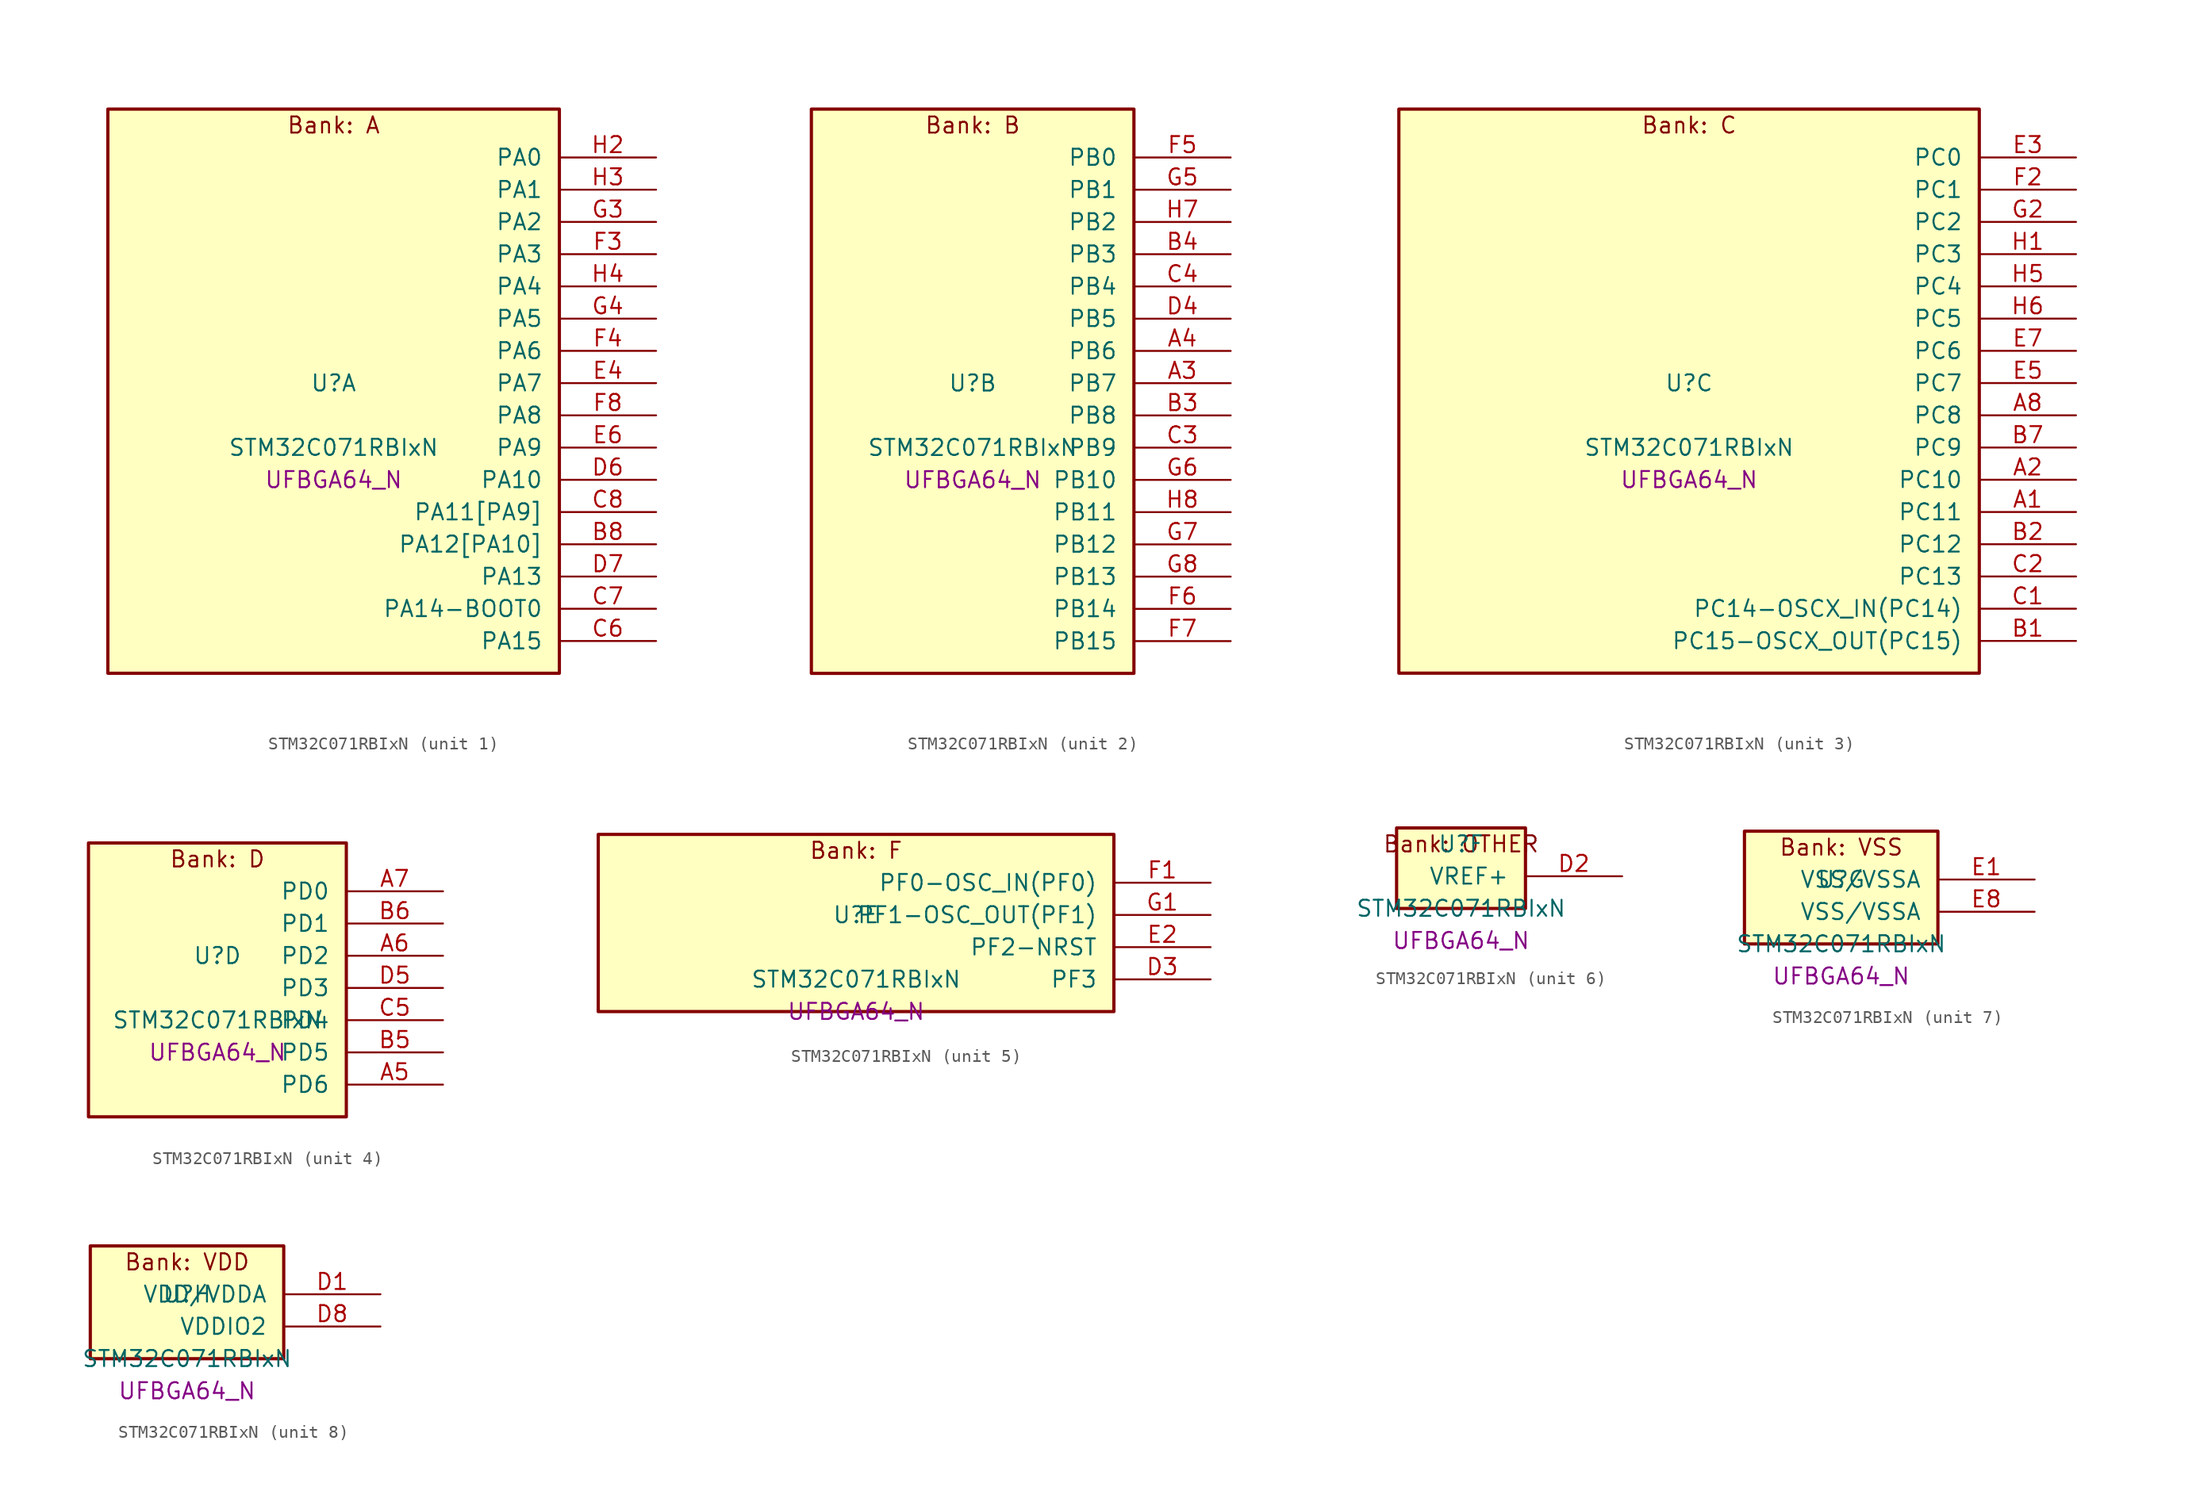
<source format=kicad_sym>
(kicad_symbol_lib
  (version 20241209)
  (generator "stm32_pkl_generator")
  (generator_version "1.0")
  (symbol "STM32C071RBIxN"
    (pin_names
      (offset 1.27))
    (property "Reference" "U"
      (at 0 2.54 0))
    (property "Value" "STM32C071RBIxN"
      (at 0 -2.54 0))
    (property "Footprint" "UFBGA64_N"
      (at 0 -5.08 0))
    (symbol "STM32C071RBIxN_1_1"
      (rectangle (start -17.78 24.13) (end 17.78 -20.32) (stroke (width 0.254) (type solid)) (fill (type background)))
      (text "Bank: A" (at 0 22.86 0))
      (pin bidirectional line (at 25.4 20.32 180) (length 7.62) (name "PA0") (number "H2") (alternate "PA0/ADC1_IN0" bidirectional line) (alternate "PA0/PWR_WKUP1" bidirectional line) (alternate "PA0/SPI2_SCK" bidirectional line) (alternate "PA0/TIM16_CH1" bidirectional line) (alternate "PA0/TIM1_CH1" bidirectional line) (alternate "PA0/TIM2_CH1" bidirectional line) (alternate "PA0/TIM2_ETR" bidirectional line) (alternate "PA0/USART1_TX" bidirectional line) (alternate "PA0/USART2_CTS" bidirectional line) (alternate "PA0/USART2_NSS" bidirectional line))
      (pin bidirectional line (at 25.4 17.78 180) (length 7.62) (name "PA1") (number "H3") (alternate "PA1/ADC1_IN1" bidirectional line) (alternate "PA1/I2C1_SMBA" bidirectional line) (alternate "PA1/I2S1_CK" bidirectional line) (alternate "PA1/SPI1_SCK" bidirectional line) (alternate "PA1/TIM17_CH1" bidirectional line) (alternate "PA1/TIM1_CH2" bidirectional line) (alternate "PA1/TIM2_CH2" bidirectional line) (alternate "PA1/USART1_RX" bidirectional line) (alternate "PA1/USART2_CK" bidirectional line) (alternate "PA1/USART2_DE" bidirectional line) (alternate "PA1/USART2_RTS" bidirectional line))
      (pin bidirectional line (at 25.4 15.24 180) (length 7.62) (name "PA2") (number "G3") (alternate "PA2/ADC1_IN2" bidirectional line) (alternate "PA2/I2S1_SD" bidirectional line) (alternate "PA2/PWR_WKUP4" bidirectional line) (alternate "PA2/RCC_LSCO" bidirectional line) (alternate "PA2/SPI1_MOSI" bidirectional line) (alternate "PA2/TIM16_CH1N" bidirectional line) (alternate "PA2/TIM1_CH3" bidirectional line) (alternate "PA2/TIM2_CH3" bidirectional line) (alternate "PA2/TIM3_ETR" bidirectional line) (alternate "PA2/USART2_TX" bidirectional line))
      (pin bidirectional line (at 25.4 12.7 180) (length 7.62) (name "PA3") (number "F3") (alternate "PA3/ADC1_IN3" bidirectional line) (alternate "PA3/SPI2_MISO" bidirectional line) (alternate "PA3/TIM1_CH1N" bidirectional line) (alternate "PA3/TIM1_CH4" bidirectional line) (alternate "PA3/TIM2_CH4" bidirectional line) (alternate "PA3/USART2_RX" bidirectional line))
      (pin bidirectional line (at 25.4 10.16 180) (length 7.62) (name "PA4") (number "H4") (alternate "PA4/ADC1_IN4" bidirectional line) (alternate "PA4/I2S1_WS" bidirectional line) (alternate "PA4/RTC_OUT2" bidirectional line) (alternate "PA4/SPI1_NSS" bidirectional line) (alternate "PA4/SPI2_MOSI" bidirectional line) (alternate "PA4/TIM14_CH1" bidirectional line) (alternate "PA4/TIM17_CH1N" bidirectional line) (alternate "PA4/TIM1_CH2N" bidirectional line) (alternate "PA4/USART2_TX" bidirectional line) (alternate "PA4/USB_NOE" bidirectional line))
      (pin bidirectional line (at 25.4 7.62 180) (length 7.62) (name "PA5") (number "G4") (alternate "PA5/ADC1_IN5" bidirectional line) (alternate "PA5/I2S1_CK" bidirectional line) (alternate "PA5/SPI1_SCK" bidirectional line) (alternate "PA5/TIM1_CH1" bidirectional line) (alternate "PA5/TIM1_CH3N" bidirectional line) (alternate "PA5/TIM2_CH1" bidirectional line) (alternate "PA5/TIM2_ETR" bidirectional line) (alternate "PA5/USART2_RX" bidirectional line))
      (pin bidirectional line (at 25.4 5.08 180) (length 7.62) (name "PA6") (number "F4") (alternate "PA6/ADC1_IN6" bidirectional line) (alternate "PA6/I2C2_SDA" bidirectional line) (alternate "PA6/I2S1_MCK" bidirectional line) (alternate "PA6/SPI1_MISO" bidirectional line) (alternate "PA6/TIM16_CH1" bidirectional line) (alternate "PA6/TIM1_BKIN" bidirectional line) (alternate "PA6/TIM3_CH1" bidirectional line))
      (pin bidirectional line (at 25.4 2.54 180) (length 7.62) (name "PA7") (number "E4") (alternate "PA7/ADC1_IN7" bidirectional line) (alternate "PA7/I2C2_SCL" bidirectional line) (alternate "PA7/I2S1_SD" bidirectional line) (alternate "PA7/SPI1_MOSI" bidirectional line) (alternate "PA7/TIM14_CH1" bidirectional line) (alternate "PA7/TIM17_CH1" bidirectional line) (alternate "PA7/TIM1_CH1N" bidirectional line) (alternate "PA7/TIM3_CH2" bidirectional line))
      (pin bidirectional line (at 25.4 0 180) (length 7.62) (name "PA8") (number "F8") (alternate "PA8/ADC1_IN8" bidirectional line) (alternate "PA8/CRS_SYNC" bidirectional line) (alternate "PA8/I2S1_WS" bidirectional line) (alternate "PA8/RCC_MCO" bidirectional line) (alternate "PA8/RCC_MCO_2" bidirectional line) (alternate "PA8/SPI1_NSS" bidirectional line) (alternate "PA8/SPI2_MISO" bidirectional line) (alternate "PA8/SPI2_NSS" bidirectional line) (alternate "PA8/TIM14_CH1" bidirectional line) (alternate "PA8/TIM1_CH1" bidirectional line) (alternate "PA8/TIM1_CH2N" bidirectional line) (alternate "PA8/TIM1_CH3N" bidirectional line) (alternate "PA8/TIM3_CH3" bidirectional line) (alternate "PA8/TIM3_CH4" bidirectional line) (alternate "PA8/USART1_RX" bidirectional line) (alternate "PA8/USART2_TX" bidirectional line))
      (pin bidirectional line (at 25.4 -2.54 180) (length 7.62) (name "PA9") (number "E6") (alternate "PA9/I2C1_SCL" bidirectional line) (alternate "PA9/I2C2_SCL" bidirectional line) (alternate "PA9/RCC_MCO" bidirectional line) (alternate "PA9/SPI2_MISO" bidirectional line) (alternate "PA9/TIM1_CH2" bidirectional line) (alternate "PA9/TIM3_ETR" bidirectional line) (alternate "PA9/USART1_TX" bidirectional line) (alternate "PA9/NC" bidirectional line))
      (pin bidirectional line (at 25.4 -5.08 180) (length 7.62) (name "PA10") (number "D6") (alternate "PA10/I2C1_SDA" bidirectional line) (alternate "PA10/I2C2_SDA" bidirectional line) (alternate "PA10/RCC_MCO_2" bidirectional line) (alternate "PA10/SPI2_MOSI" bidirectional line) (alternate "PA10/TIM17_BKIN" bidirectional line) (alternate "PA10/TIM1_CH3" bidirectional line) (alternate "PA10/USART1_RX" bidirectional line) (alternate "PA10/NC" bidirectional line))
      (pin bidirectional line (at 25.4 -7.62 180) (length 7.62) (name "PA11[PA9]") (number "C8") (alternate "PA11[PA9]/ADC1_EXTI11" bidirectional line) (alternate "PA11[PA9]/I2C2_SCL" bidirectional line) (alternate "PA11[PA9]/I2S1_MCK" bidirectional line) (alternate "PA11[PA9]/SPI1_MISO" bidirectional line) (alternate "PA11[PA9]/TIM1_BKIN2" bidirectional line) (alternate "PA11[PA9]/TIM1_CH4" bidirectional line) (alternate "PA11[PA9]/USART1_CTS" bidirectional line) (alternate "PA11[PA9]/USART1_NSS" bidirectional line) (alternate "PA11[PA9]/USB_DM" bidirectional line) (alternate "PA11[PA9]/PA9[PA11]" bidirectional line) (alternate "PA11[PA9]/I2C1_SCL" bidirectional line) (alternate "PA11[PA9]/RCC_MCO" bidirectional line) (alternate "PA11[PA9]/SPI2_MISO" bidirectional line) (alternate "PA11[PA9]/TIM1_CH2" bidirectional line) (alternate "PA11[PA9]/TIM3_ETR" bidirectional line) (alternate "PA11[PA9]/USART1_TX" bidirectional line))
      (pin bidirectional line (at 25.4 -10.16 180) (length 7.62) (name "PA12[PA10]") (number "B8") (alternate "PA12[PA10]/I2C2_SDA" bidirectional line) (alternate "PA12[PA10]/I2S1_SD" bidirectional line) (alternate "PA12[PA10]/I2S_CKIN" bidirectional line) (alternate "PA12[PA10]/SPI1_MOSI" bidirectional line) (alternate "PA12[PA10]/TIM1_ETR" bidirectional line) (alternate "PA12[PA10]/USART1_CK" bidirectional line) (alternate "PA12[PA10]/USART1_DE" bidirectional line) (alternate "PA12[PA10]/USART1_RTS" bidirectional line) (alternate "PA12[PA10]/USB_DP" bidirectional line) (alternate "PA12[PA10]/PA10[PA12]" bidirectional line) (alternate "PA12[PA10]/I2C1_SDA" bidirectional line) (alternate "PA12[PA10]/RCC_MCO_2" bidirectional line) (alternate "PA12[PA10]/SPI2_MOSI" bidirectional line) (alternate "PA12[PA10]/TIM17_BKIN" bidirectional line) (alternate "PA12[PA10]/TIM1_CH3" bidirectional line) (alternate "PA12[PA10]/USART1_RX" bidirectional line))
      (pin bidirectional line (at 25.4 -12.7 180) (length 7.62) (name "PA13") (number "D7") (alternate "PA13/ADC1_IN13" bidirectional line) (alternate "PA13/DEBUG_SWDIO" bidirectional line) (alternate "PA13/IR_OUT" bidirectional line) (alternate "PA13/TIM3_ETR" bidirectional line) (alternate "PA13/USART2_RX" bidirectional line) (alternate "PA13/USB_NOE" bidirectional line))
      (pin bidirectional line (at 25.4 -15.24 180) (length 7.62) (name "PA14-BOOT0") (number "C7") (alternate "PA14-BOOT0/ADC1_IN14" bidirectional line) (alternate "PA14-BOOT0/DEBUG_SWCLK" bidirectional line) (alternate "PA14-BOOT0/I2S1_WS" bidirectional line) (alternate "PA14-BOOT0/RCC_MCO_2" bidirectional line) (alternate "PA14-BOOT0/SPI1_NSS" bidirectional line) (alternate "PA14-BOOT0/TIM1_CH1" bidirectional line) (alternate "PA14-BOOT0/USART1_CK" bidirectional line) (alternate "PA14-BOOT0/USART1_DE" bidirectional line) (alternate "PA14-BOOT0/USART1_RTS" bidirectional line) (alternate "PA14-BOOT0/USART2_RX" bidirectional line) (alternate "PA14-BOOT0/USART2_TX" bidirectional line))
      (pin bidirectional line (at 25.4 -17.78 180) (length 7.62) (name "PA15") (number "C6") (alternate "PA15/I2S1_WS" bidirectional line) (alternate "PA15/RCC_MCO_2" bidirectional line) (alternate "PA15/SPI1_NSS" bidirectional line) (alternate "PA15/TIM1_CH1" bidirectional line) (alternate "PA15/TIM2_CH1" bidirectional line) (alternate "PA15/TIM2_ETR" bidirectional line) (alternate "PA15/USART1_CK" bidirectional line) (alternate "PA15/USART1_DE" bidirectional line) (alternate "PA15/USART1_RTS" bidirectional line) (alternate "PA15/USART2_RX" bidirectional line) (alternate "PA15/USB_NOE" bidirectional line)))
    (symbol "STM32C071RBIxN_2_1"
      (rectangle (start -12.7 24.13) (end 12.7 -20.32) (stroke (width 0.254) (type solid)) (fill (type background)))
      (text "Bank: B" (at 0 22.86 0))
      (pin bidirectional line (at 20.32 20.32 180) (length 7.62) (name "PB0") (number "F5") (alternate "PB0/ADC1_IN17" bidirectional line) (alternate "PB0/I2S1_WS" bidirectional line) (alternate "PB0/SPI1_NSS" bidirectional line) (alternate "PB0/TIM1_CH2N" bidirectional line) (alternate "PB0/TIM3_CH3" bidirectional line))
      (pin bidirectional line (at 20.32 17.78 180) (length 7.62) (name "PB1") (number "G5") (alternate "PB1/ADC1_IN18" bidirectional line) (alternate "PB1/TIM14_CH1" bidirectional line) (alternate "PB1/TIM1_CH2N" bidirectional line) (alternate "PB1/TIM1_CH3N" bidirectional line) (alternate "PB1/TIM3_CH4" bidirectional line))
      (pin bidirectional line (at 20.32 15.24 180) (length 7.62) (name "PB2") (number "H7") (alternate "PB2/ADC1_IN19" bidirectional line) (alternate "PB2/RCC_MCO_2" bidirectional line) (alternate "PB2/SPI2_MISO" bidirectional line) (alternate "PB2/USART1_RX" bidirectional line))
      (pin bidirectional line (at 20.32 12.7 180) (length 7.62) (name "PB3") (number "B4") (alternate "PB3/I2C2_SCL" bidirectional line) (alternate "PB3/I2S1_CK" bidirectional line) (alternate "PB3/SPI1_SCK" bidirectional line) (alternate "PB3/TIM1_CH2" bidirectional line) (alternate "PB3/TIM2_CH2" bidirectional line) (alternate "PB3/TIM3_CH2" bidirectional line) (alternate "PB3/USART1_CK" bidirectional line) (alternate "PB3/USART1_DE" bidirectional line) (alternate "PB3/USART1_RTS" bidirectional line))
      (pin bidirectional line (at 20.32 10.16 180) (length 7.62) (name "PB4") (number "C4") (alternate "PB4/I2C2_SDA" bidirectional line) (alternate "PB4/I2S1_MCK" bidirectional line) (alternate "PB4/SPI1_MISO" bidirectional line) (alternate "PB4/TIM17_BKIN" bidirectional line) (alternate "PB4/TIM3_CH1" bidirectional line) (alternate "PB4/USART1_CTS" bidirectional line) (alternate "PB4/USART1_NSS" bidirectional line))
      (pin bidirectional line (at 20.32 7.62 180) (length 7.62) (name "PB5") (number "D4") (alternate "PB5/I2C1_SMBA" bidirectional line) (alternate "PB5/I2S1_SD" bidirectional line) (alternate "PB5/PWR_WKUP6" bidirectional line) (alternate "PB5/SPI1_MOSI" bidirectional line) (alternate "PB5/TIM16_BKIN" bidirectional line) (alternate "PB5/TIM3_CH2" bidirectional line) (alternate "PB5/TIM3_CH3" bidirectional line))
      (pin bidirectional line (at 20.32 5.08 180) (length 7.62) (name "PB6") (number "A4") (alternate "PB6/I2C1_SCL" bidirectional line) (alternate "PB6/I2C1_SMBA" bidirectional line) (alternate "PB6/I2S1_CK" bidirectional line) (alternate "PB6/I2S1_MCK" bidirectional line) (alternate "PB6/I2S1_SD" bidirectional line) (alternate "PB6/PWR_WKUP3" bidirectional line) (alternate "PB6/SPI1_MISO" bidirectional line) (alternate "PB6/SPI1_MOSI" bidirectional line) (alternate "PB6/SPI1_SCK" bidirectional line) (alternate "PB6/SPI2_MISO" bidirectional line) (alternate "PB6/TIM16_BKIN" bidirectional line) (alternate "PB6/TIM16_CH1N" bidirectional line) (alternate "PB6/TIM17_BKIN" bidirectional line) (alternate "PB6/TIM1_CH2" bidirectional line) (alternate "PB6/TIM1_CH3" bidirectional line) (alternate "PB6/TIM3_CH1" bidirectional line) (alternate "PB6/TIM3_CH2" bidirectional line) (alternate "PB6/TIM3_CH3" bidirectional line) (alternate "PB6/USART1_CTS" bidirectional line) (alternate "PB6/USART1_NSS" bidirectional line) (alternate "PB6/USART1_TX" bidirectional line))
      (pin bidirectional line (at 20.32 2.54 180) (length 7.62) (name "PB7") (number "A3") (alternate "PB7/I2C1_SCL" bidirectional line) (alternate "PB7/I2C1_SDA" bidirectional line) (alternate "PB7/SPI2_MOSI" bidirectional line) (alternate "PB7/TIM16_CH1" bidirectional line) (alternate "PB7/TIM17_CH1N" bidirectional line) (alternate "PB7/TIM1_CH4" bidirectional line) (alternate "PB7/TIM3_CH1" bidirectional line) (alternate "PB7/TIM3_CH4" bidirectional line) (alternate "PB7/USART1_RX" bidirectional line) (alternate "PB7/USART2_CTS" bidirectional line) (alternate "PB7/USART2_NSS" bidirectional line))
      (pin bidirectional line (at 20.32 0 180) (length 7.62) (name "PB8") (number "B3") (alternate "PB8/I2C1_SCL" bidirectional line) (alternate "PB8/SPI2_SCK" bidirectional line) (alternate "PB8/TIM16_CH1" bidirectional line) (alternate "PB8/TIM3_CH1" bidirectional line) (alternate "PB8/USART2_CTS" bidirectional line) (alternate "PB8/USART2_NSS" bidirectional line))
      (pin bidirectional line (at 20.32 -2.54 180) (length 7.62) (name "PB9") (number "C3") (alternate "PB9/I2C1_SDA" bidirectional line) (alternate "PB9/IR_OUT" bidirectional line) (alternate "PB9/SPI2_NSS" bidirectional line) (alternate "PB9/TIM17_CH1" bidirectional line) (alternate "PB9/TIM3_CH2" bidirectional line) (alternate "PB9/USART2_CK" bidirectional line) (alternate "PB9/USART2_DE" bidirectional line) (alternate "PB9/USART2_RTS" bidirectional line))
      (pin bidirectional line (at 20.32 -5.08 180) (length 7.62) (name "PB10") (number "G6") (alternate "PB10/ADC1_IN20" bidirectional line) (alternate "PB10/I2C2_SCL" bidirectional line) (alternate "PB10/SPI2_SCK" bidirectional line) (alternate "PB10/TIM2_CH3" bidirectional line))
      (pin bidirectional line (at 20.32 -7.62 180) (length 7.62) (name "PB11") (number "H8") (alternate "PB11/ADC1_EXTI11" bidirectional line) (alternate "PB11/ADC1_IN21" bidirectional line) (alternate "PB11/I2C2_SDA" bidirectional line) (alternate "PB11/SPI2_MOSI" bidirectional line) (alternate "PB11/TIM2_CH4" bidirectional line))
      (pin bidirectional line (at 20.32 -10.16 180) (length 7.62) (name "PB12") (number "G7") (alternate "PB12/ADC1_IN22" bidirectional line) (alternate "PB12/SPI2_NSS" bidirectional line) (alternate "PB12/TIM1_BKIN" bidirectional line) (alternate "PB12/TIM1_BKIN2" bidirectional line))
      (pin bidirectional line (at 20.32 -12.7 180) (length 7.62) (name "PB13") (number "G8") (alternate "PB13/I2C2_SCL" bidirectional line) (alternate "PB13/SPI2_SCK" bidirectional line) (alternate "PB13/TIM1_CH1N" bidirectional line))
      (pin bidirectional line (at 20.32 -15.24 180) (length 7.62) (name "PB14") (number "F6") (alternate "PB14/I2C2_SDA" bidirectional line) (alternate "PB14/SPI2_MISO" bidirectional line) (alternate "PB14/TIM1_CH2N" bidirectional line))
      (pin bidirectional line (at 20.32 -17.78 180) (length 7.62) (name "PB15") (number "F7") (alternate "PB15/RTC_REFIN" bidirectional line) (alternate "PB15/SPI2_MOSI" bidirectional line) (alternate "PB15/TIM1_CH3N" bidirectional line)))
    (symbol "STM32C071RBIxN_3_1"
      (rectangle (start -22.86 24.13) (end 22.86 -20.32) (stroke (width 0.254) (type solid)) (fill (type background)))
      (text "Bank: C" (at 0 22.86 0))
      (pin bidirectional line (at 30.48 20.32 180) (length 7.62) (name "PC0") (number "E3"))
      (pin bidirectional line (at 30.48 17.78 180) (length 7.62) (name "PC1") (number "F2"))
      (pin bidirectional line (at 30.48 15.24 180) (length 7.62) (name "PC2") (number "G2") (alternate "PC2/SPI2_MISO" bidirectional line))
      (pin bidirectional line (at 30.48 12.7 180) (length 7.62) (name "PC3") (number "H1") (alternate "PC3/SPI2_MOSI" bidirectional line))
      (pin bidirectional line (at 30.48 10.16 180) (length 7.62) (name "PC4") (number "H5") (alternate "PC4/ADC1_IN11" bidirectional line) (alternate "PC4/TIM2_CH1" bidirectional line) (alternate "PC4/TIM2_ETR" bidirectional line) (alternate "PC4/USART1_TX" bidirectional line))
      (pin bidirectional line (at 30.48 7.62 180) (length 7.62) (name "PC5") (number "H6") (alternate "PC5/ADC1_IN12" bidirectional line) (alternate "PC5/PWR_WKUP5" bidirectional line) (alternate "PC5/TIM2_CH2" bidirectional line) (alternate "PC5/USART1_RX" bidirectional line))
      (pin bidirectional line (at 30.48 5.08 180) (length 7.62) (name "PC6") (number "E7") (alternate "PC6/TIM2_CH3" bidirectional line) (alternate "PC6/TIM3_CH1" bidirectional line))
      (pin bidirectional line (at 30.48 2.54 180) (length 7.62) (name "PC7") (number "E5") (alternate "PC7/TIM2_CH4" bidirectional line) (alternate "PC7/TIM3_CH2" bidirectional line))
      (pin bidirectional line (at 30.48 0 180) (length 7.62) (name "PC8") (number "A8") (alternate "PC8/TIM1_CH1" bidirectional line) (alternate "PC8/TIM3_CH3" bidirectional line))
      (pin bidirectional line (at 30.48 -2.54 180) (length 7.62) (name "PC9") (number "B7") (alternate "PC9/I2S_CKIN" bidirectional line) (alternate "PC9/TIM1_CH2" bidirectional line) (alternate "PC9/TIM3_CH4" bidirectional line) (alternate "PC9/USB_NOE" bidirectional line))
      (pin bidirectional line (at 30.48 -5.08 180) (length 7.62) (name "PC10") (number "A2") (alternate "PC10/TIM1_CH3" bidirectional line))
      (pin bidirectional line (at 30.48 -7.62 180) (length 7.62) (name "PC11") (number "A1") (alternate "PC11/ADC1_EXTI11" bidirectional line) (alternate "PC11/TIM1_CH4" bidirectional line))
      (pin bidirectional line (at 30.48 -10.16 180) (length 7.62) (name "PC12") (number "B2") (alternate "PC12/TIM14_CH1" bidirectional line))
      (pin bidirectional line (at 30.48 -12.7 180) (length 7.62) (name "PC13") (number "C2") (alternate "PC13/PWR_WKUP2" bidirectional line) (alternate "PC13/RTC_OUT1" bidirectional line) (alternate "PC13/RTC_TS" bidirectional line) (alternate "PC13/TIM1_BKIN" bidirectional line) (alternate "PC13/TIM1_ETR" bidirectional line))
      (pin bidirectional line (at 30.48 -15.24 180) (length 7.62) (name "PC14-OSCX_IN(PC14)") (number "C1") (alternate "PC14-OSCX_IN(PC14)/I2C1_SDA" bidirectional line) (alternate "PC14-OSCX_IN(PC14)/IR_OUT" bidirectional line) (alternate "PC14-OSCX_IN(PC14)/RCC_OSCX_IN" bidirectional line) (alternate "PC14-OSCX_IN(PC14)/SPI2_NSS" bidirectional line) (alternate "PC14-OSCX_IN(PC14)/TIM17_CH1" bidirectional line) (alternate "PC14-OSCX_IN(PC14)/TIM1_BKIN2" bidirectional line) (alternate "PC14-OSCX_IN(PC14)/TIM1_ETR" bidirectional line) (alternate "PC14-OSCX_IN(PC14)/TIM3_CH2" bidirectional line) (alternate "PC14-OSCX_IN(PC14)/USART1_TX" bidirectional line) (alternate "PC14-OSCX_IN(PC14)/USART2_CK" bidirectional line) (alternate "PC14-OSCX_IN(PC14)/USART2_DE" bidirectional line) (alternate "PC14-OSCX_IN(PC14)/USART2_RTS" bidirectional line))
      (pin bidirectional line (at 30.48 -17.78 180) (length 7.62) (name "PC15-OSCX_OUT(PC15)") (number "B1") (alternate "PC15-OSCX_OUT(PC15)/RCC_OSC32_EN" bidirectional line) (alternate "PC15-OSCX_OUT(PC15)/RCC_OSCX_OUT" bidirectional line) (alternate "PC15-OSCX_OUT(PC15)/RCC_OSC_EN" bidirectional line) (alternate "PC15-OSCX_OUT(PC15)/TIM1_ETR" bidirectional line) (alternate "PC15-OSCX_OUT(PC15)/TIM3_CH3" bidirectional line)))
    (symbol "STM32C071RBIxN_4_1"
      (rectangle (start -10.16 11.43) (end 10.16 -10.16) (stroke (width 0.254) (type solid)) (fill (type background)))
      (text "Bank: D" (at 0 10.16 0))
      (pin bidirectional line (at 17.78 7.62 180) (length 7.62) (name "PD0") (number "A7") (alternate "PD0/SPI2_NSS" bidirectional line) (alternate "PD0/TIM16_CH1" bidirectional line))
      (pin bidirectional line (at 17.78 5.08 180) (length 7.62) (name "PD1") (number "B6") (alternate "PD1/SPI2_SCK" bidirectional line) (alternate "PD1/TIM17_CH1" bidirectional line))
      (pin bidirectional line (at 17.78 2.54 180) (length 7.62) (name "PD2") (number "A6") (alternate "PD2/TIM1_CH1N" bidirectional line) (alternate "PD2/TIM3_ETR" bidirectional line))
      (pin bidirectional line (at 17.78 0 180) (length 7.62) (name "PD3") (number "D5") (alternate "PD3/SPI2_MISO" bidirectional line) (alternate "PD3/TIM1_CH2N" bidirectional line) (alternate "PD3/USART2_CTS" bidirectional line) (alternate "PD3/USART2_NSS" bidirectional line))
      (pin bidirectional line (at 17.78 -2.54 180) (length 7.62) (name "PD4") (number "C5") (alternate "PD4/SPI2_MOSI" bidirectional line) (alternate "PD4/TIM1_CH3N" bidirectional line) (alternate "PD4/USART2_CK" bidirectional line) (alternate "PD4/USART2_DE" bidirectional line) (alternate "PD4/USART2_RTS" bidirectional line))
      (pin bidirectional line (at 17.78 -5.08 180) (length 7.62) (name "PD5") (number "B5") (alternate "PD5/I2S1_MCK" bidirectional line) (alternate "PD5/SPI1_MISO" bidirectional line) (alternate "PD5/TIM1_BKIN" bidirectional line) (alternate "PD5/USART2_TX" bidirectional line))
      (pin bidirectional line (at 17.78 -7.62 180) (length 7.62) (name "PD6") (number "A5") (alternate "PD6/I2S1_SD" bidirectional line) (alternate "PD6/SPI1_MOSI" bidirectional line) (alternate "PD6/USART2_RX" bidirectional line)))
    (symbol "STM32C071RBIxN_5_1"
      (rectangle (start -20.32 8.89) (end 20.32 -5.08) (stroke (width 0.254) (type solid)) (fill (type background)))
      (text "Bank: F" (at 0 7.62 0))
      (pin bidirectional line (at 27.94 5.08 180) (length 7.62) (name "PF0-OSC_IN(PF0)") (number "F1") (alternate "PF0-OSC_IN(PF0)/CRS_SYNC" bidirectional line) (alternate "PF0-OSC_IN(PF0)/RCC_OSC_IN" bidirectional line) (alternate "PF0-OSC_IN(PF0)/TIM14_CH1" bidirectional line))
      (pin bidirectional line (at 27.94 2.54 180) (length 7.62) (name "PF1-OSC_OUT(PF1)") (number "G1") (alternate "PF1-OSC_OUT(PF1)/RCC_OSC_EN" bidirectional line) (alternate "PF1-OSC_OUT(PF1)/RCC_OSC_OUT" bidirectional line))
      (pin bidirectional line (at 27.94 0 180) (length 7.62) (name "PF2-NRST") (number "E2") (alternate "PF2-NRST/RCC_MCO" bidirectional line) (alternate "PF2-NRST/TIM1_CH4" bidirectional line))
      (pin bidirectional line (at 27.94 -2.54 180) (length 7.62) (name "PF3") (number "D3")))
    (symbol "STM32C071RBIxN_6_1"
      (rectangle (start -5.08 3.81) (end 5.08 -2.54) (stroke (width 0.254) (type solid)) (fill (type background)))
      (text "Bank: OTHER" (at 0 2.54 0))
      (pin bidirectional line (at 12.7 0 180) (length 7.62) (name "VREF+") (number "D2")))
    (symbol "STM32C071RBIxN_7_1"
      (rectangle (start -7.62 6.35) (end 7.62 -2.54) (stroke (width 0.254) (type solid)) (fill (type background)))
      (text "Bank: VSS" (at 0 5.08 0))
      (pin power_in line (at 15.24 2.54 180) (length 7.62) (name "VSS/VSSA") (number "E1"))
      (pin power_in line (at 15.24 0 180) (length 7.62) (name "VSS/VSSA") (number "E8")))
    (symbol "STM32C071RBIxN_8_1"
      (rectangle (start -7.62 6.35) (end 7.62 -2.54) (stroke (width 0.254) (type solid)) (fill (type background)))
      (text "Bank: VDD" (at 0 5.08 0))
      (pin power_in line (at 15.24 2.54 180) (length 7.62) (name "VDD/VDDA") (number "D1"))
      (pin power_in line (at 15.24 0 180) (length 7.62) (name "VDDIO2") (number "D8")))))
</source>
